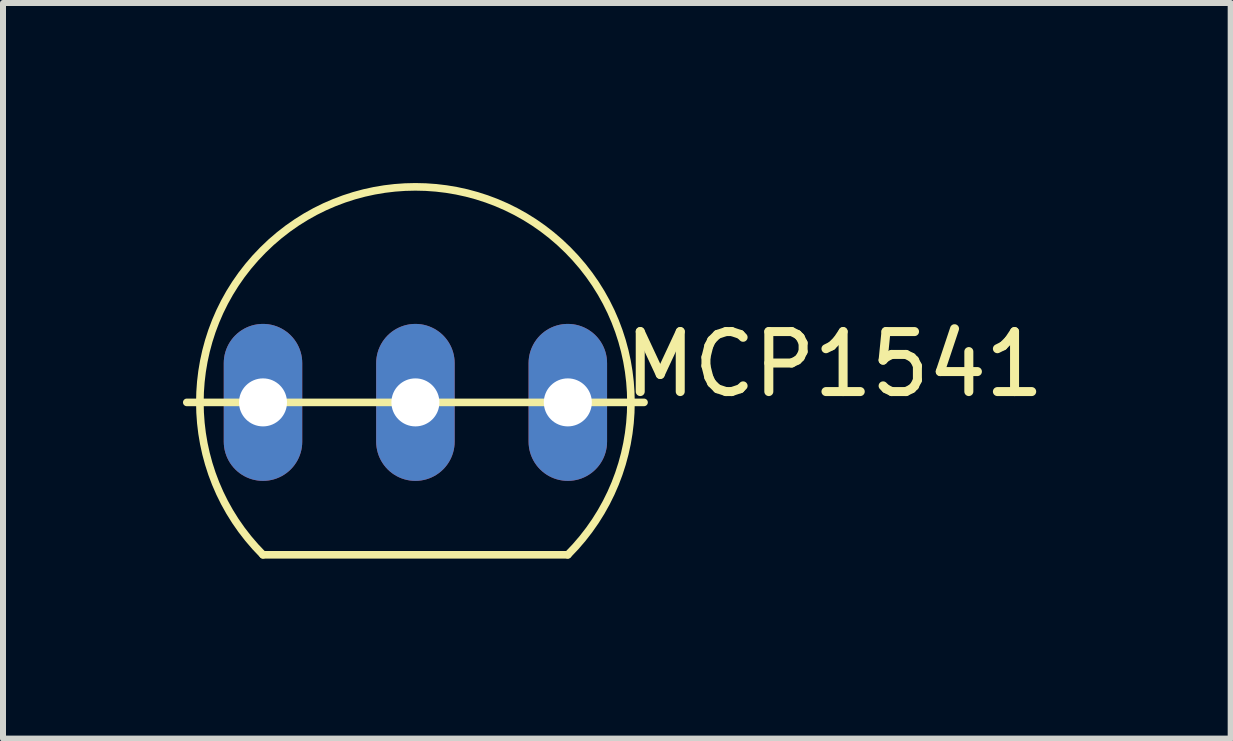
<source format=kicad_pcb>
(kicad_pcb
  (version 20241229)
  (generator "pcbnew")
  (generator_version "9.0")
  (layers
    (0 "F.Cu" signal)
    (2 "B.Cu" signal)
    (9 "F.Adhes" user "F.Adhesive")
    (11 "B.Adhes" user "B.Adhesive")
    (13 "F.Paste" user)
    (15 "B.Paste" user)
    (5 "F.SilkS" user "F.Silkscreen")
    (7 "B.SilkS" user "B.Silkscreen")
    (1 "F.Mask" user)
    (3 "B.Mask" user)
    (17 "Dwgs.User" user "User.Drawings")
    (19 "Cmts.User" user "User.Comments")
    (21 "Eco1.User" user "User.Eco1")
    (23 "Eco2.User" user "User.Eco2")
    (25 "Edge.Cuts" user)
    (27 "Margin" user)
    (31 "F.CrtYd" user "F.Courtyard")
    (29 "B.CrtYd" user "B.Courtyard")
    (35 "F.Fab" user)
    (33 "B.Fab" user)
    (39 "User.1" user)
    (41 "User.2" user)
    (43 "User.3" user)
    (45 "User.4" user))
  (footprint "MCP1541"
    (layer "F.Cu")
    (at 3.873 3.656)
    (property "Reference" "MCP1541" (at 6.985 -0.635 0) (layer "F.SilkS") (effects (font (size 1 1) (thickness 0.15))))
    (attr through_hole)
    (fp_line (start -3.81 0) (end 3.81 0) (stroke (width 0.127) (type solid)) (layer "F.SilkS"))
    (fp_line (start -2.54 2.54) (end 2.54 2.54) (stroke (width 0.127) (type solid)) (layer "F.SilkS"))
    (fp_arc (start -2.54 2.54) (mid 0 -3.592102) (end 2.54 2.54) (stroke (width 0.127) (type solid)) (layer "F.SilkS"))
    (pad "P$1" thru_hole oval (at -2.54 0) (size 1.308 2.616) (drill 0.8) (layers "*.Cu" "*.Mask"))
    (pad "P$2" thru_hole oval (at 0 0) (size 1.308 2.616) (drill 0.8) (layers "*.Cu" "*.Mask"))
    (pad "P$3" thru_hole oval (at 2.54 0) (size 1.308 2.616) (drill 0.8) (layers "*.Cu" "*.Mask")))
  (gr_rect
    (start -3 -3)
    (end 17.46 9.259)
    (stroke (width 0.1) (type default))
    (fill no)
    (layer "Edge.Cuts")))
</source>
